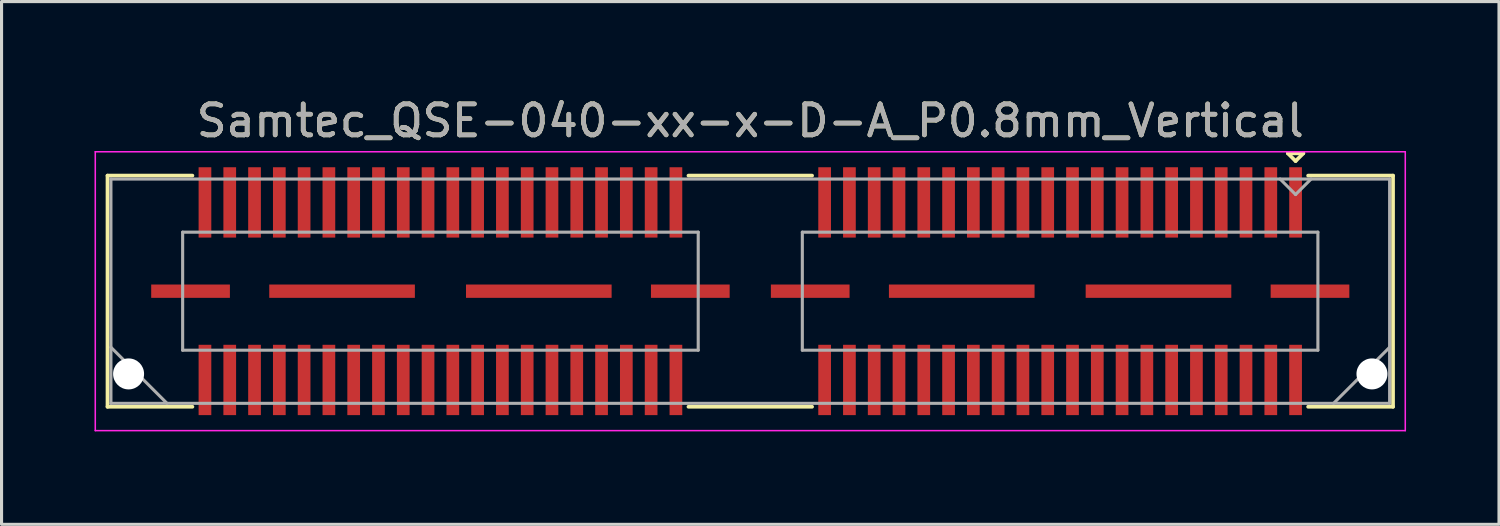
<source format=kicad_pcb>
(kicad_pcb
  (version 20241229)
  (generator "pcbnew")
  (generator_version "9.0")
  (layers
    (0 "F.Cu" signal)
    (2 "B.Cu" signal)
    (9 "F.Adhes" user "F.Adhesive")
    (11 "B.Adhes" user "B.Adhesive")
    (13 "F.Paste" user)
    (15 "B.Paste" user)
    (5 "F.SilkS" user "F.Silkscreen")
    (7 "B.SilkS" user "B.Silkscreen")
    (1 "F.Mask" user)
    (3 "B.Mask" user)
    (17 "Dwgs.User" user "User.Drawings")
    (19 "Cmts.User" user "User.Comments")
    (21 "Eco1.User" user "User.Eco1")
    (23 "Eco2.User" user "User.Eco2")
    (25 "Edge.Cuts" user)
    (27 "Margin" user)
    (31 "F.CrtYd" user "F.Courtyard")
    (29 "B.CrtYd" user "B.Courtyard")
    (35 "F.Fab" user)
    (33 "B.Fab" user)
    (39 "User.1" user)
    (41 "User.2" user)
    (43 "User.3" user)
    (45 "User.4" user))
  (footprint "Samtec_QSE-040-xx-x-D-A_P0.8mm_Vertical"
    (layer "F.Cu")
    (at 21.165 6.348)
    (property "Reference" "Samtec_QSE-040-xx-x-D-A_P0.8mm_Vertical" (at 0 -5.5 0) (layer "F.SilkS") (effects (font (size 1 1) (thickness 0.15))))
    (attr smd)
    (fp_line (start -20.745 -3.73) (end -18.005 -3.73) (stroke (width 0.12) (type solid)) (layer "F.SilkS"))
    (fp_line (start -20.745 3.73) (end -20.745 -3.73) (stroke (width 0.12) (type solid)) (layer "F.SilkS"))
    (fp_line (start -18.005 3.73) (end -20.745 3.73) (stroke (width 0.12) (type solid)) (layer "F.SilkS"))
    (fp_line (start 1.995 -3.73) (end -1.995 -3.73) (stroke (width 0.12) (type solid)) (layer "F.SilkS"))
    (fp_line (start 1.995 3.73) (end -1.995 3.73) (stroke (width 0.12) (type solid)) (layer "F.SilkS"))
    (fp_line (start 17.35 -4.45) (end 17.85 -4.45) (stroke (width 0.12) (type solid)) (layer "F.SilkS"))
    (fp_line (start 17.6 -4.2) (end 17.35 -4.45) (stroke (width 0.12) (type solid)) (layer "F.SilkS"))
    (fp_line (start 17.85 -4.45) (end 17.6 -4.2) (stroke (width 0.12) (type solid)) (layer "F.SilkS"))
    (fp_line (start 18.005 3.73) (end 20.745 3.73) (stroke (width 0.12) (type solid)) (layer "F.SilkS"))
    (fp_line (start 20.745 -3.73) (end 18.005 -3.73) (stroke (width 0.12) (type solid)) (layer "F.SilkS"))
    (fp_line (start 20.745 3.73) (end 20.745 -3.73) (stroke (width 0.12) (type solid)) (layer "F.SilkS"))
    (fp_line (start -21.14 -4.5) (end -21.14 4.5) (stroke (width 0.05) (type solid)) (layer "F.CrtYd"))
    (fp_line (start -21.14 4.5) (end 21.14 4.5) (stroke (width 0.05) (type solid)) (layer "F.CrtYd"))
    (fp_line (start 21.14 -4.5) (end -21.14 -4.5) (stroke (width 0.05) (type solid)) (layer "F.CrtYd"))
    (fp_line (start 21.14 4.5) (end 21.14 -4.5) (stroke (width 0.05) (type solid)) (layer "F.CrtYd"))
    (fp_line (start -20.635 -3.62) (end -20.635 3.62) (stroke (width 0.1) (type solid)) (layer "F.Fab"))
    (fp_line (start -20.635 1.81) (end -18.825 3.62) (stroke (width 0.1) (type solid)) (layer "F.Fab"))
    (fp_line (start -20.635 3.62) (end 20.635 3.62) (stroke (width 0.1) (type solid)) (layer "F.Fab"))
    (fp_line (start -18.32 -1.905) (end -18.32 1.905) (stroke (width 0.1) (type solid)) (layer "F.Fab"))
    (fp_line (start -18.32 1.905) (end -1.68 1.905) (stroke (width 0.1) (type solid)) (layer "F.Fab"))
    (fp_line (start -1.68 -1.905) (end -18.32 -1.905) (stroke (width 0.1) (type solid)) (layer "F.Fab"))
    (fp_line (start -1.68 1.905) (end -1.68 -1.905) (stroke (width 0.1) (type solid)) (layer "F.Fab"))
    (fp_line (start 1.68 -1.905) (end 1.68 1.905) (stroke (width 0.1) (type solid)) (layer "F.Fab"))
    (fp_line (start 1.68 1.905) (end 18.32 1.905) (stroke (width 0.1) (type solid)) (layer "F.Fab"))
    (fp_line (start 17.6 -3.12) (end 17.1 -3.62) (stroke (width 0.1) (type solid)) (layer "F.Fab"))
    (fp_line (start 18.1 -3.62) (end 17.6 -3.12) (stroke (width 0.1) (type solid)) (layer "F.Fab"))
    (fp_line (start 18.32 -1.905) (end 1.68 -1.905) (stroke (width 0.1) (type solid)) (layer "F.Fab"))
    (fp_line (start 18.32 1.905) (end 18.32 -1.905) (stroke (width 0.1) (type solid)) (layer "F.Fab"))
    (fp_line (start 20.635 -3.62) (end -20.635 -3.62) (stroke (width 0.1) (type solid)) (layer "F.Fab"))
    (fp_line (start 20.635 1.81) (end 18.825 3.62) (stroke (width 0.1) (type solid)) (layer "F.Fab"))
    (fp_line (start 20.635 3.62) (end 20.635 -3.62) (stroke (width 0.1) (type solid)) (layer "F.Fab"))
    (fp_text user "${REFERENCE}" (at 0 -5.5 0) (layer "F.Fab") (effects (font (size 1 1) (thickness 0.15))))
    (pad "" np_thru_hole circle (at -20.065 2.67) (size 1 1) (drill 1) (layers "*.Cu" "*.Mask"))
    (pad "" np_thru_hole circle (at 20.065 2.67) (size 1 1) (drill 1) (layers "*.Cu" "*.Mask"))
    (pad "1" smd rect (at 17.6 -2.865) (size 0.41 2.27) (layers "F.Cu" "F.Mask" "F.Paste"))
    (pad "2" smd rect (at 17.6 2.865) (size 0.41 2.27) (layers "F.Cu" "F.Mask" "F.Paste"))
    (pad "3" smd rect (at 16.8 -2.865) (size 0.41 2.27) (layers "F.Cu" "F.Mask" "F.Paste"))
    (pad "4" smd rect (at 16.8 2.865) (size 0.41 2.27) (layers "F.Cu" "F.Mask" "F.Paste"))
    (pad "5" smd rect (at 16 -2.865) (size 0.41 2.27) (layers "F.Cu" "F.Mask" "F.Paste"))
    (pad "6" smd rect (at 16 2.865) (size 0.41 2.27) (layers "F.Cu" "F.Mask" "F.Paste"))
    (pad "7" smd rect (at 15.2 -2.865) (size 0.41 2.27) (layers "F.Cu" "F.Mask" "F.Paste"))
    (pad "8" smd rect (at 15.2 2.865) (size 0.41 2.27) (layers "F.Cu" "F.Mask" "F.Paste"))
    (pad "9" smd rect (at 14.4 -2.865) (size 0.41 2.27) (layers "F.Cu" "F.Mask" "F.Paste"))
    (pad "10" smd rect (at 14.4 2.865) (size 0.41 2.27) (layers "F.Cu" "F.Mask" "F.Paste"))
    (pad "11" smd rect (at 13.6 -2.865) (size 0.41 2.27) (layers "F.Cu" "F.Mask" "F.Paste"))
    (pad "12" smd rect (at 13.6 2.865) (size 0.41 2.27) (layers "F.Cu" "F.Mask" "F.Paste"))
    (pad "13" smd rect (at 12.8 -2.865) (size 0.41 2.27) (layers "F.Cu" "F.Mask" "F.Paste"))
    (pad "14" smd rect (at 12.8 2.865) (size 0.41 2.27) (layers "F.Cu" "F.Mask" "F.Paste"))
    (pad "15" smd rect (at 12 -2.865) (size 0.41 2.27) (layers "F.Cu" "F.Mask" "F.Paste"))
    (pad "16" smd rect (at 12 2.865) (size 0.41 2.27) (layers "F.Cu" "F.Mask" "F.Paste"))
    (pad "17" smd rect (at 11.2 -2.865) (size 0.41 2.27) (layers "F.Cu" "F.Mask" "F.Paste"))
    (pad "18" smd rect (at 11.2 2.865) (size 0.41 2.27) (layers "F.Cu" "F.Mask" "F.Paste"))
    (pad "19" smd rect (at 10.4 -2.865) (size 0.41 2.27) (layers "F.Cu" "F.Mask" "F.Paste"))
    (pad "20" smd rect (at 10.4 2.865) (size 0.41 2.27) (layers "F.Cu" "F.Mask" "F.Paste"))
    (pad "21" smd rect (at 9.6 -2.865) (size 0.41 2.27) (layers "F.Cu" "F.Mask" "F.Paste"))
    (pad "22" smd rect (at 9.6 2.865) (size 0.41 2.27) (layers "F.Cu" "F.Mask" "F.Paste"))
    (pad "23" smd rect (at 8.8 -2.865) (size 0.41 2.27) (layers "F.Cu" "F.Mask" "F.Paste"))
    (pad "24" smd rect (at 8.8 2.865) (size 0.41 2.27) (layers "F.Cu" "F.Mask" "F.Paste"))
    (pad "25" smd rect (at 8 -2.865) (size 0.41 2.27) (layers "F.Cu" "F.Mask" "F.Paste"))
    (pad "26" smd rect (at 8 2.865) (size 0.41 2.27) (layers "F.Cu" "F.Mask" "F.Paste"))
    (pad "27" smd rect (at 7.2 -2.865) (size 0.41 2.27) (layers "F.Cu" "F.Mask" "F.Paste"))
    (pad "28" smd rect (at 7.2 2.865) (size 0.41 2.27) (layers "F.Cu" "F.Mask" "F.Paste"))
    (pad "29" smd rect (at 6.4 -2.865) (size 0.41 2.27) (layers "F.Cu" "F.Mask" "F.Paste"))
    (pad "30" smd rect (at 6.4 2.865) (size 0.41 2.27) (layers "F.Cu" "F.Mask" "F.Paste"))
    (pad "31" smd rect (at 5.6 -2.865) (size 0.41 2.27) (layers "F.Cu" "F.Mask" "F.Paste"))
    (pad "32" smd rect (at 5.6 2.865) (size 0.41 2.27) (layers "F.Cu" "F.Mask" "F.Paste"))
    (pad "33" smd rect (at 4.8 -2.865) (size 0.41 2.27) (layers "F.Cu" "F.Mask" "F.Paste"))
    (pad "34" smd rect (at 4.8 2.865) (size 0.41 2.27) (layers "F.Cu" "F.Mask" "F.Paste"))
    (pad "35" smd rect (at 4 -2.865) (size 0.41 2.27) (layers "F.Cu" "F.Mask" "F.Paste"))
    (pad "36" smd rect (at 4 2.865) (size 0.41 2.27) (layers "F.Cu" "F.Mask" "F.Paste"))
    (pad "37" smd rect (at 3.2 -2.865) (size 0.41 2.27) (layers "F.Cu" "F.Mask" "F.Paste"))
    (pad "38" smd rect (at 3.2 2.865) (size 0.41 2.27) (layers "F.Cu" "F.Mask" "F.Paste"))
    (pad "39" smd rect (at 2.4 -2.865) (size 0.41 2.27) (layers "F.Cu" "F.Mask" "F.Paste"))
    (pad "40" smd rect (at 2.4 2.865) (size 0.41 2.27) (layers "F.Cu" "F.Mask" "F.Paste"))
    (pad "41" smd rect (at -2.4 -2.865) (size 0.41 2.27) (layers "F.Cu" "F.Mask" "F.Paste"))
    (pad "42" smd rect (at -2.4 2.865) (size 0.41 2.27) (layers "F.Cu" "F.Mask" "F.Paste"))
    (pad "43" smd rect (at -3.2 -2.865) (size 0.41 2.27) (layers "F.Cu" "F.Mask" "F.Paste"))
    (pad "44" smd rect (at -3.2 2.865) (size 0.41 2.27) (layers "F.Cu" "F.Mask" "F.Paste"))
    (pad "45" smd rect (at -4 -2.865) (size 0.41 2.27) (layers "F.Cu" "F.Mask" "F.Paste"))
    (pad "46" smd rect (at -4 2.865) (size 0.41 2.27) (layers "F.Cu" "F.Mask" "F.Paste"))
    (pad "47" smd rect (at -4.8 -2.865) (size 0.41 2.27) (layers "F.Cu" "F.Mask" "F.Paste"))
    (pad "48" smd rect (at -4.8 2.865) (size 0.41 2.27) (layers "F.Cu" "F.Mask" "F.Paste"))
    (pad "49" smd rect (at -5.6 -2.865) (size 0.41 2.27) (layers "F.Cu" "F.Mask" "F.Paste"))
    (pad "50" smd rect (at -5.6 2.865) (size 0.41 2.27) (layers "F.Cu" "F.Mask" "F.Paste"))
    (pad "51" smd rect (at -6.4 -2.865) (size 0.41 2.27) (layers "F.Cu" "F.Mask" "F.Paste"))
    (pad "52" smd rect (at -6.4 2.865) (size 0.41 2.27) (layers "F.Cu" "F.Mask" "F.Paste"))
    (pad "53" smd rect (at -7.2 -2.865) (size 0.41 2.27) (layers "F.Cu" "F.Mask" "F.Paste"))
    (pad "54" smd rect (at -7.2 2.865) (size 0.41 2.27) (layers "F.Cu" "F.Mask" "F.Paste"))
    (pad "55" smd rect (at -8 -2.865) (size 0.41 2.27) (layers "F.Cu" "F.Mask" "F.Paste"))
    (pad "56" smd rect (at -8 2.865) (size 0.41 2.27) (layers "F.Cu" "F.Mask" "F.Paste"))
    (pad "57" smd rect (at -8.8 -2.865) (size 0.41 2.27) (layers "F.Cu" "F.Mask" "F.Paste"))
    (pad "58" smd rect (at -8.8 2.865) (size 0.41 2.27) (layers "F.Cu" "F.Mask" "F.Paste"))
    (pad "59" smd rect (at -9.6 -2.865) (size 0.41 2.27) (layers "F.Cu" "F.Mask" "F.Paste"))
    (pad "60" smd rect (at -9.6 2.865) (size 0.41 2.27) (layers "F.Cu" "F.Mask" "F.Paste"))
    (pad "61" smd rect (at -10.4 -2.865) (size 0.41 2.27) (layers "F.Cu" "F.Mask" "F.Paste"))
    (pad "62" smd rect (at -10.4 2.865) (size 0.41 2.27) (layers "F.Cu" "F.Mask" "F.Paste"))
    (pad "63" smd rect (at -11.2 -2.865) (size 0.41 2.27) (layers "F.Cu" "F.Mask" "F.Paste"))
    (pad "64" smd rect (at -11.2 2.865) (size 0.41 2.27) (layers "F.Cu" "F.Mask" "F.Paste"))
    (pad "65" smd rect (at -12 -2.865) (size 0.41 2.27) (layers "F.Cu" "F.Mask" "F.Paste"))
    (pad "66" smd rect (at -12 2.865) (size 0.41 2.27) (layers "F.Cu" "F.Mask" "F.Paste"))
    (pad "67" smd rect (at -12.8 -2.865) (size 0.41 2.27) (layers "F.Cu" "F.Mask" "F.Paste"))
    (pad "68" smd rect (at -12.8 2.865) (size 0.41 2.27) (layers "F.Cu" "F.Mask" "F.Paste"))
    (pad "69" smd rect (at -13.6 -2.865) (size 0.41 2.27) (layers "F.Cu" "F.Mask" "F.Paste"))
    (pad "70" smd rect (at -13.6 2.865) (size 0.41 2.27) (layers "F.Cu" "F.Mask" "F.Paste"))
    (pad "71" smd rect (at -14.4 -2.865) (size 0.41 2.27) (layers "F.Cu" "F.Mask" "F.Paste"))
    (pad "72" smd rect (at -14.4 2.865) (size 0.41 2.27) (layers "F.Cu" "F.Mask" "F.Paste"))
    (pad "73" smd rect (at -15.2 -2.865) (size 0.41 2.27) (layers "F.Cu" "F.Mask" "F.Paste"))
    (pad "74" smd rect (at -15.2 2.865) (size 0.41 2.27) (layers "F.Cu" "F.Mask" "F.Paste"))
    (pad "75" smd rect (at -16 -2.865) (size 0.41 2.27) (layers "F.Cu" "F.Mask" "F.Paste"))
    (pad "76" smd rect (at -16 2.865) (size 0.41 2.27) (layers "F.Cu" "F.Mask" "F.Paste"))
    (pad "77" smd rect (at -16.8 -2.865) (size 0.41 2.27) (layers "F.Cu" "F.Mask" "F.Paste"))
    (pad "78" smd rect (at -16.8 2.865) (size 0.41 2.27) (layers "F.Cu" "F.Mask" "F.Paste"))
    (pad "79" smd rect (at -17.6 -2.865) (size 0.41 2.27) (layers "F.Cu" "F.Mask" "F.Paste"))
    (pad "80" smd rect (at -17.6 2.865) (size 0.41 2.27) (layers "F.Cu" "F.Mask" "F.Paste"))
    (pad "P1" smd rect (at 1.935 0) (size 2.54 0.43) (layers "F.Cu" "F.Mask" "F.Paste"))
    (pad "P1" smd rect (at 6.825 0) (size 4.7 0.43) (layers "F.Cu" "F.Mask" "F.Paste"))
    (pad "P1" smd rect (at 13.175 0) (size 4.7 0.43) (layers "F.Cu" "F.Mask" "F.Paste"))
    (pad "P1" smd rect (at 18.065 0) (size 2.54 0.43) (layers "F.Cu" "F.Mask" "F.Paste"))
    (pad "P2" smd rect (at -18.065 0) (size 2.54 0.43) (layers "F.Cu" "F.Mask" "F.Paste"))
    (pad "P2" smd rect (at -13.175 0) (size 4.7 0.43) (layers "F.Cu" "F.Mask" "F.Paste"))
    (pad "P2" smd rect (at -6.825 0) (size 4.7 0.43) (layers "F.Cu" "F.Mask" "F.Paste"))
    (pad "P2" smd rect (at -1.935 0) (size 2.54 0.43) (layers "F.Cu" "F.Mask" "F.Paste")))
  (gr_rect
    (start -3 -3)
    (end 45.33 13.873)
    (stroke (width 0.1) (type default))
    (fill no)
    (layer "Edge.Cuts")))
</source>
